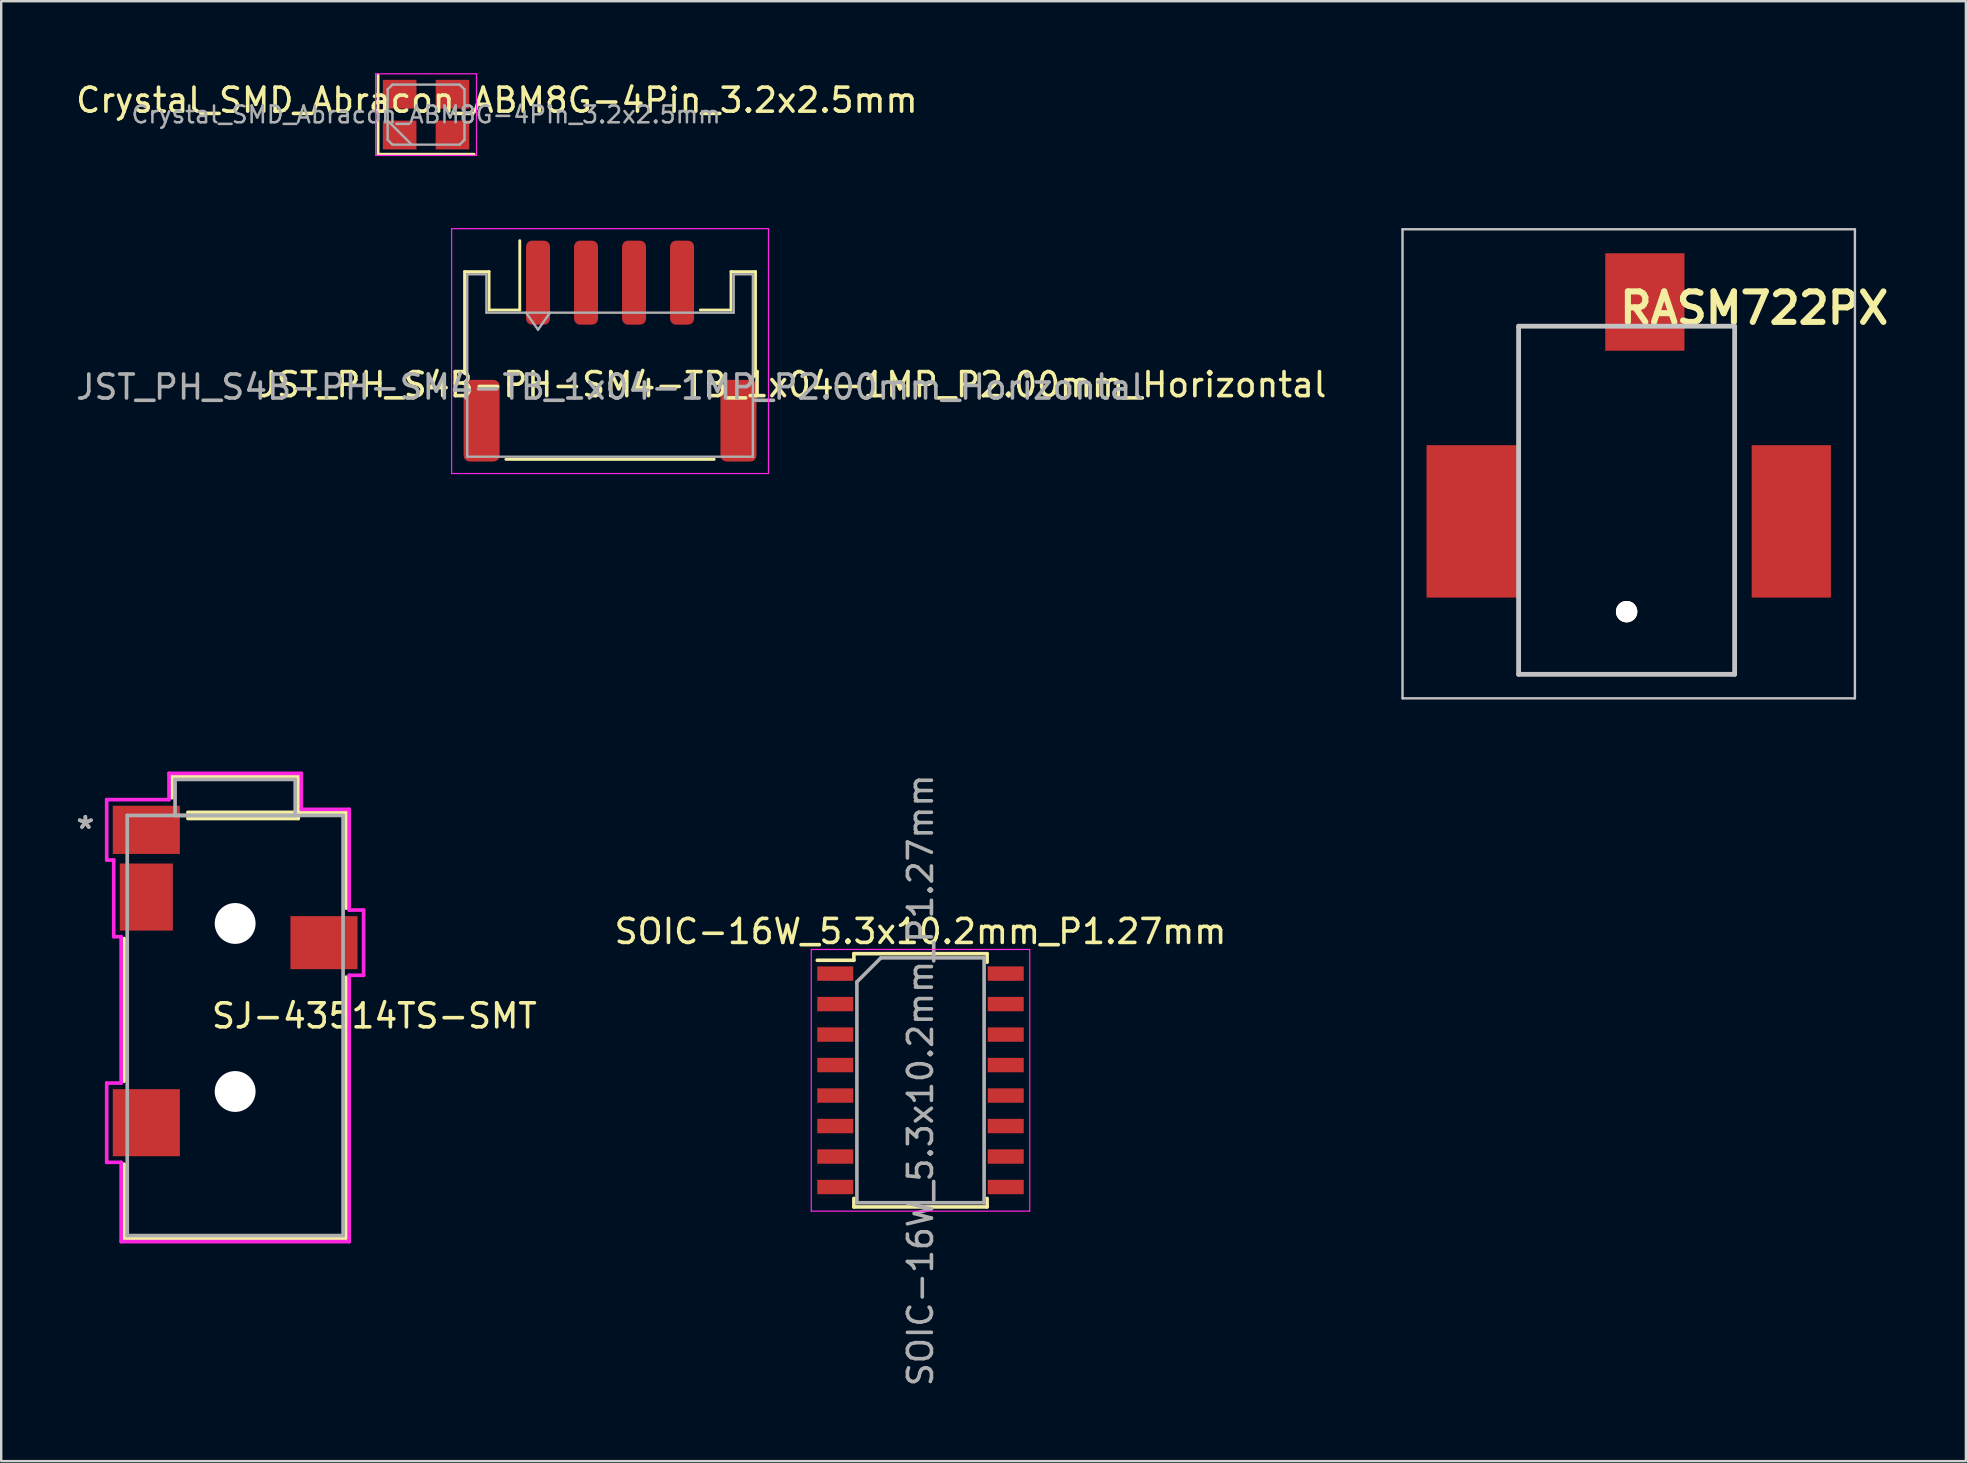
<source format=kicad_pcb>
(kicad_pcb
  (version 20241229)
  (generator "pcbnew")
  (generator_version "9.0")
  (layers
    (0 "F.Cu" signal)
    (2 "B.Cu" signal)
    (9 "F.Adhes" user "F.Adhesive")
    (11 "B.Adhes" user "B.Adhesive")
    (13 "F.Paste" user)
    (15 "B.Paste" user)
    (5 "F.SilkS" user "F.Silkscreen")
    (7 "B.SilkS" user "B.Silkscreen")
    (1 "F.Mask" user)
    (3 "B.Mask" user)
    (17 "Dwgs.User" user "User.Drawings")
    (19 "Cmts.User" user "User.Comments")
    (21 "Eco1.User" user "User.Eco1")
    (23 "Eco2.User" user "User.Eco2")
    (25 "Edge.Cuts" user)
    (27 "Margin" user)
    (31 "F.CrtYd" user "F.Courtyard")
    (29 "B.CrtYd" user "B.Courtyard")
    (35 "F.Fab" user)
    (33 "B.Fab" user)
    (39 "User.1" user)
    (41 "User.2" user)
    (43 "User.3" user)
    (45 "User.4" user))
  (footprint "SJ-43514TS-SMT"
    (layer "F.Cu")
    (at 6.746 39.669)
    (property "Reference" "SJ-43514TS-SMT" (at 5.8 -0.4 0) (layer "F.SilkS") (effects (font (size 1 1) (thickness 0.15))))
    (attr through_hole)
    (fp_line (start -4.623 -3.621) (end -4.623 2.32) (stroke (width 0.152) (type solid)) (layer "F.SilkS"))
    (fp_line (start -4.623 5.779) (end -4.623 8.877) (stroke (width 0.152) (type solid)) (layer "F.SilkS"))
    (fp_line (start -4.623 8.877) (end 4.572 8.877) (stroke (width 0.152) (type solid)) (layer "F.SilkS"))
    (fp_line (start -2.629 -10.376) (end -2.629 -9.486) (stroke (width 0.152) (type solid)) (layer "F.SilkS"))
    (fp_line (start -1.97 -8.623) (end 2.629 -8.623) (stroke (width 0.152) (type solid)) (layer "F.SilkS"))
    (fp_line (start 2.629 -10.376) (end -2.629 -10.376) (stroke (width 0.152) (type solid)) (layer "F.SilkS"))
    (fp_line (start 2.629 -8.623) (end 2.629 -10.376) (stroke (width 0.152) (type solid)) (layer "F.SilkS"))
    (fp_line (start 4.623 -8.877) (end -1.97 -8.877) (stroke (width 0.152) (type solid)) (layer "F.SilkS"))
    (fp_line (start 4.623 -4.888) (end 4.623 -8.877) (stroke (width 0.152) (type solid)) (layer "F.SilkS"))
    (fp_line (start 4.623 8.877) (end 4.623 -2.013) (stroke (width 0.152) (type solid)) (layer "F.SilkS"))
    (fp_line (start -5.351 -9.408) (end -5.351 -6.893) (stroke (width 0.152) (type solid)) (layer "F.CrtYd"))
    (fp_line (start -5.351 -6.893) (end -5.059 -6.893) (stroke (width 0.152) (type solid)) (layer "F.CrtYd"))
    (fp_line (start -5.351 2.399) (end -5.351 5.701) (stroke (width 0.152) (type solid)) (layer "F.CrtYd"))
    (fp_line (start -5.351 5.701) (end -4.75 5.701) (stroke (width 0.152) (type solid)) (layer "F.CrtYd"))
    (fp_line (start -5.059 -6.893) (end -5.059 -3.699) (stroke (width 0.152) (type solid)) (layer "F.CrtYd"))
    (fp_line (start -5.059 -3.699) (end -4.75 -3.699) (stroke (width 0.152) (type solid)) (layer "F.CrtYd"))
    (fp_line (start -4.75 -3.699) (end -4.75 2.399) (stroke (width 0.152) (type solid)) (layer "F.CrtYd"))
    (fp_line (start -4.75 2.399) (end -5.351 2.399) (stroke (width 0.152) (type solid)) (layer "F.CrtYd"))
    (fp_line (start -4.75 5.701) (end -4.75 9.004) (stroke (width 0.152) (type solid)) (layer "F.CrtYd"))
    (fp_line (start -4.75 9.004) (end 4.75 9.004) (stroke (width 0.152) (type solid)) (layer "F.CrtYd"))
    (fp_line (start -2.756 -10.503) (end -2.756 -9.408) (stroke (width 0.152) (type solid)) (layer "F.CrtYd"))
    (fp_line (start -2.756 -9.408) (end -5.351 -9.408) (stroke (width 0.152) (type solid)) (layer "F.CrtYd"))
    (fp_line (start 2.756 -10.503) (end -2.756 -10.503) (stroke (width 0.152) (type solid)) (layer "F.CrtYd"))
    (fp_line (start 2.756 -9.004) (end 2.756 -10.503) (stroke (width 0.152) (type solid)) (layer "F.CrtYd"))
    (fp_line (start 4.75 -9.004) (end 2.756 -9.004) (stroke (width 0.152) (type solid)) (layer "F.CrtYd"))
    (fp_line (start 4.75 -4.809) (end 4.75 -9.004) (stroke (width 0.152) (type solid)) (layer "F.CrtYd"))
    (fp_line (start 4.75 -2.091) (end 5.351 -2.091) (stroke (width 0.152) (type solid)) (layer "F.CrtYd"))
    (fp_line (start 4.75 9.004) (end 4.75 -2.091) (stroke (width 0.152) (type solid)) (layer "F.CrtYd"))
    (fp_line (start 5.351 -4.809) (end 4.75 -4.809) (stroke (width 0.152) (type solid)) (layer "F.CrtYd"))
    (fp_line (start 5.351 -2.091) (end 5.351 -4.809) (stroke (width 0.152) (type solid)) (layer "F.CrtYd"))
    (fp_line (start -4.496 -8.75) (end -4.496 8.75) (stroke (width 0.152) (type solid)) (layer "F.Fab"))
    (fp_line (start -4.496 8.75) (end 4.496 8.75) (stroke (width 0.152) (type solid)) (layer "F.Fab"))
    (fp_line (start -2.502 -10.249) (end -2.502 -8.75) (stroke (width 0.152) (type solid)) (layer "F.Fab"))
    (fp_line (start -2.502 -8.75) (end 2.502 -8.75) (stroke (width 0.152) (type solid)) (layer "F.Fab"))
    (fp_line (start 2.502 -10.249) (end -2.502 -10.249) (stroke (width 0.152) (type solid)) (layer "F.Fab"))
    (fp_line (start 2.502 -8.75) (end 2.502 -10.249) (stroke (width 0.152) (type solid)) (layer "F.Fab"))
    (fp_line (start 4.496 -8.75) (end -4.496 -8.75) (stroke (width 0.152) (type solid)) (layer "F.Fab"))
    (fp_line (start 4.496 8.75) (end 4.496 -8.75) (stroke (width 0.152) (type solid)) (layer "F.Fab"))
    (fp_text user "Copyright 2016 Accelerated Designs. All rights reserved." (at 0 0 0) (layer "Cmts.User") (effects (font (size 0.127 0.127) (thickness 0.002))))
    (fp_text user "*" (at -6.24 -8.15 0) (layer "F.Fab") (effects (font (size 1 1) (thickness 0.15))))
    (fp_text user "*" (at -6.24 -8.15 0) (layer "F.Fab") (effects (font (size 1 1) (thickness 0.15))))
    (pad "" np_thru_hole circle (at 0 -4.25) (size 1.702 1.702) (drill 1.702) (layers "*.Cu" "*.Mask"))
    (pad "" np_thru_hole circle (at 0 2.75) (size 1.702 1.702) (drill 1.702) (layers "*.Cu" "*.Mask"))
    (pad "1" smd rect (at -3.7 -8.15) (size 2.794 2.007) (layers "F.Cu" "F.Mask" "F.Paste"))
    (pad "2" smd rect (at -3.7 4.05) (size 2.794 2.794) (layers "F.Cu" "F.Mask" "F.Paste"))
    (pad "3" smd rect (at 3.7 -3.45) (size 2.794 2.21) (layers "F.Cu" "F.Mask" "F.Paste"))
    (pad "4" smd rect (at -3.7 -5.35) (size 2.21 2.794) (layers "F.Cu" "F.Mask" "F.Paste")))
  (footprint "JST_PH_S4B-PH-SM4-TB_1x04-1MP_P2.00mm_Horizontal"
    (layer "F.Cu")
    (at 22.363 11.575)
    (property "Reference" "JST_PH_S4B-PH-SM4-TB_1x04-1MP_P2.00mm_Horizontal" (at 7.6 1.4 180) (layer "F.SilkS") (effects (font (size 1 1) (thickness 0.15))))
    (attr smd)
    (fp_line (start -6.06 -3.31) (end -5.04 -3.31) (stroke (width 0.12) (type solid)) (layer "F.SilkS"))
    (fp_line (start -6.06 0.94) (end -6.06 -3.31) (stroke (width 0.12) (type solid)) (layer "F.SilkS"))
    (fp_line (start -5.04 -3.31) (end -5.04 -1.71) (stroke (width 0.12) (type solid)) (layer "F.SilkS"))
    (fp_line (start -5.04 -1.71) (end -3.76 -1.71) (stroke (width 0.12) (type solid)) (layer "F.SilkS"))
    (fp_line (start -4.34 4.51) (end 4.34 4.51) (stroke (width 0.12) (type solid)) (layer "F.SilkS"))
    (fp_line (start -3.76 -1.71) (end -3.76 -4.6) (stroke (width 0.12) (type solid)) (layer "F.SilkS"))
    (fp_line (start 5.04 -3.31) (end 5.04 -1.71) (stroke (width 0.12) (type solid)) (layer "F.SilkS"))
    (fp_line (start 5.04 -1.71) (end 3.76 -1.71) (stroke (width 0.12) (type solid)) (layer "F.SilkS"))
    (fp_line (start 6.06 -3.31) (end 5.04 -3.31) (stroke (width 0.12) (type solid)) (layer "F.SilkS"))
    (fp_line (start 6.06 0.94) (end 6.06 -3.31) (stroke (width 0.12) (type solid)) (layer "F.SilkS"))
    (fp_line (start -6.6 -5.1) (end -6.6 5.1) (stroke (width 0.05) (type solid)) (layer "F.CrtYd"))
    (fp_line (start -6.6 5.1) (end 6.6 5.1) (stroke (width 0.05) (type solid)) (layer "F.CrtYd"))
    (fp_line (start 6.6 -5.1) (end -6.6 -5.1) (stroke (width 0.05) (type solid)) (layer "F.CrtYd"))
    (fp_line (start 6.6 5.1) (end 6.6 -5.1) (stroke (width 0.05) (type solid)) (layer "F.CrtYd"))
    (fp_line (start -5.95 -3.2) (end -5.95 4.4) (stroke (width 0.1) (type solid)) (layer "F.Fab"))
    (fp_line (start -5.95 -3.2) (end -5.15 -3.2) (stroke (width 0.1) (type solid)) (layer "F.Fab"))
    (fp_line (start -5.95 4.4) (end 5.95 4.4) (stroke (width 0.1) (type solid)) (layer "F.Fab"))
    (fp_line (start -5.15 -3.2) (end -5.15 -1.6) (stroke (width 0.1) (type solid)) (layer "F.Fab"))
    (fp_line (start -5.15 -1.6) (end 5.15 -1.6) (stroke (width 0.1) (type solid)) (layer "F.Fab"))
    (fp_line (start -3.5 -1.6) (end -3 -0.893) (stroke (width 0.1) (type solid)) (layer "F.Fab"))
    (fp_line (start -3 -0.893) (end -2.5 -1.6) (stroke (width 0.1) (type solid)) (layer "F.Fab"))
    (fp_line (start 5.15 -3.2) (end 5.95 -3.2) (stroke (width 0.1) (type solid)) (layer "F.Fab"))
    (fp_line (start 5.15 -1.6) (end 5.15 -3.2) (stroke (width 0.1) (type solid)) (layer "F.Fab"))
    (fp_line (start 5.95 -3.2) (end 5.95 4.4) (stroke (width 0.1) (type solid)) (layer "F.Fab"))
    (fp_text user "${REFERENCE}" (at 0 1.5 180) (layer "F.Fab") (effects (font (size 1 1) (thickness 0.15))))
    (pad "" smd roundrect (at -5.35 2.9) (size 1.5 3.4) (layers "F.Cu" "F.Mask" "F.Paste") (roundrect_rratio 0.167))
    (pad "" smd roundrect (at 5.35 2.9) (size 1.5 3.4) (layers "F.Cu" "F.Mask" "F.Paste") (roundrect_rratio 0.167))
    (pad "1" smd roundrect (at -3 -2.85) (size 1 3.5) (layers "F.Cu" "F.Mask" "F.Paste") (roundrect_rratio 0.25))
    (pad "2" smd roundrect (at -1 -2.85) (size 1 3.5) (layers "F.Cu" "F.Mask" "F.Paste") (roundrect_rratio 0.25))
    (pad "3" smd roundrect (at 1 -2.85) (size 1 3.5) (layers "F.Cu" "F.Mask" "F.Paste") (roundrect_rratio 0.25))
    (pad "4" smd roundrect (at 3 -2.85) (size 1 3.5) (layers "F.Cu" "F.Mask" "F.Paste") (roundrect_rratio 0.25)))
  (footprint "SOIC-16W_5.3x10.2mm_P1.27mm"
    (layer "F.Cu")
    (at 35.296 41.953)
    (property "Reference" "SOIC-16W_5.3x10.2mm_P1.27mm" (at 0 -6.2 180) (layer "F.SilkS") (effects (font (size 1 1) (thickness 0.15))))
    (attr smd)
    (fp_line (start -2.775 -5.275) (end -2.775 -5) (stroke (width 0.15) (type solid)) (layer "F.SilkS"))
    (fp_line (start -2.775 -5.275) (end 2.775 -5.275) (stroke (width 0.15) (type solid)) (layer "F.SilkS"))
    (fp_line (start -2.775 -5) (end -4.3 -5) (stroke (width 0.15) (type solid)) (layer "F.SilkS"))
    (fp_line (start -2.775 5.275) (end -2.775 4.92) (stroke (width 0.15) (type solid)) (layer "F.SilkS"))
    (fp_line (start -2.775 5.275) (end 2.775 5.275) (stroke (width 0.15) (type solid)) (layer "F.SilkS"))
    (fp_line (start 2.775 -5.275) (end 2.775 -4.92) (stroke (width 0.15) (type solid)) (layer "F.SilkS"))
    (fp_line (start 2.775 5.275) (end 2.775 4.92) (stroke (width 0.15) (type solid)) (layer "F.SilkS"))
    (fp_line (start -4.55 -5.45) (end -4.55 5.45) (stroke (width 0.05) (type solid)) (layer "F.CrtYd"))
    (fp_line (start -4.55 -5.45) (end 4.55 -5.45) (stroke (width 0.05) (type solid)) (layer "F.CrtYd"))
    (fp_line (start -4.55 5.45) (end 4.55 5.45) (stroke (width 0.05) (type solid)) (layer "F.CrtYd"))
    (fp_line (start 4.55 -5.45) (end 4.55 5.45) (stroke (width 0.05) (type solid)) (layer "F.CrtYd"))
    (fp_line (start -2.65 -4.1) (end -1.65 -5.1) (stroke (width 0.15) (type solid)) (layer "F.Fab"))
    (fp_line (start -2.65 5.1) (end -2.65 -4.1) (stroke (width 0.15) (type solid)) (layer "F.Fab"))
    (fp_line (start -1.65 -5.1) (end 2.65 -5.1) (stroke (width 0.15) (type solid)) (layer "F.Fab"))
    (fp_line (start 2.65 -5.1) (end 2.65 5.1) (stroke (width 0.15) (type solid)) (layer "F.Fab"))
    (fp_line (start 2.65 5.1) (end -2.65 5.1) (stroke (width 0.15) (type solid)) (layer "F.Fab"))
    (fp_text user "${REFERENCE}" (at 0 0 90) (layer "F.Fab") (effects (font (size 1 1) (thickness 0.15))))
    (pad "1" smd rect (at -3.55 -4.445) (size 1.5 0.6) (layers "F.Cu" "F.Mask" "F.Paste"))
    (pad "2" smd rect (at -3.55 -3.175) (size 1.5 0.6) (layers "F.Cu" "F.Mask" "F.Paste"))
    (pad "3" smd rect (at -3.55 -1.905) (size 1.5 0.6) (layers "F.Cu" "F.Mask" "F.Paste"))
    (pad "4" smd rect (at -3.55 -0.635) (size 1.5 0.6) (layers "F.Cu" "F.Mask" "F.Paste"))
    (pad "5" smd rect (at -3.55 0.635) (size 1.5 0.6) (layers "F.Cu" "F.Mask" "F.Paste"))
    (pad "6" smd rect (at -3.55 1.905) (size 1.5 0.6) (layers "F.Cu" "F.Mask" "F.Paste"))
    (pad "7" smd rect (at -3.55 3.175) (size 1.5 0.6) (layers "F.Cu" "F.Mask" "F.Paste"))
    (pad "8" smd rect (at -3.55 4.445) (size 1.5 0.6) (layers "F.Cu" "F.Mask" "F.Paste"))
    (pad "9" smd rect (at 3.55 4.445) (size 1.5 0.6) (layers "F.Cu" "F.Mask" "F.Paste"))
    (pad "10" smd rect (at 3.55 3.175) (size 1.5 0.6) (layers "F.Cu" "F.Mask" "F.Paste"))
    (pad "11" smd rect (at 3.55 1.905) (size 1.5 0.6) (layers "F.Cu" "F.Mask" "F.Paste"))
    (pad "12" smd rect (at 3.55 0.635) (size 1.5 0.6) (layers "F.Cu" "F.Mask" "F.Paste"))
    (pad "13" smd rect (at 3.55 -0.635) (size 1.5 0.6) (layers "F.Cu" "F.Mask" "F.Paste"))
    (pad "14" smd rect (at 3.55 -1.905) (size 1.5 0.6) (layers "F.Cu" "F.Mask" "F.Paste"))
    (pad "15" smd rect (at 3.55 -3.175) (size 1.5 0.6) (layers "F.Cu" "F.Mask" "F.Paste"))
    (pad "16" smd rect (at 3.55 -4.445) (size 1.5 0.6) (layers "F.Cu" "F.Mask" "F.Paste")))
  (footprint "Crystal_SMD_Abracon_ABM8G-4Pin_3.2x2.5mm"
    (layer "F.Cu")
    (at 14.699 1.725)
    (property "Reference" "Crystal_SMD_Abracon_ABM8G-4Pin_3.2x2.5mm" (at 2.95 -0.6 180) (layer "F.SilkS") (effects (font (size 1 1) (thickness 0.15))))
    (attr smd)
    (fp_line (start -2 -1.65) (end -2 1.65) (stroke (width 0.12) (type solid)) (layer "F.SilkS"))
    (fp_line (start -2 1.65) (end 2 1.65) (stroke (width 0.12) (type solid)) (layer "F.SilkS"))
    (fp_line (start -2.1 -1.7) (end -2.1 1.7) (stroke (width 0.05) (type solid)) (layer "F.CrtYd"))
    (fp_line (start -2.1 1.7) (end 2.1 1.7) (stroke (width 0.05) (type solid)) (layer "F.CrtYd"))
    (fp_line (start 2.1 -1.7) (end -2.1 -1.7) (stroke (width 0.05) (type solid)) (layer "F.CrtYd"))
    (fp_line (start 2.1 1.7) (end 2.1 -1.7) (stroke (width 0.05) (type solid)) (layer "F.CrtYd"))
    (fp_line (start -1.6 -1.05) (end -1.4 -1.25) (stroke (width 0.1) (type solid)) (layer "F.Fab"))
    (fp_line (start -1.6 0.25) (end -0.6 1.25) (stroke (width 0.1) (type solid)) (layer "F.Fab"))
    (fp_line (start -1.6 1.05) (end -1.6 -1.05) (stroke (width 0.1) (type solid)) (layer "F.Fab"))
    (fp_line (start -1.4 -1.25) (end 1.4 -1.25) (stroke (width 0.1) (type solid)) (layer "F.Fab"))
    (fp_line (start -1.4 1.25) (end -1.6 1.05) (stroke (width 0.1) (type solid)) (layer "F.Fab"))
    (fp_line (start 1.4 -1.25) (end 1.6 -1.05) (stroke (width 0.1) (type solid)) (layer "F.Fab"))
    (fp_line (start 1.4 1.25) (end -1.4 1.25) (stroke (width 0.1) (type solid)) (layer "F.Fab"))
    (fp_line (start 1.6 -1.05) (end 1.6 1.05) (stroke (width 0.1) (type solid)) (layer "F.Fab"))
    (fp_line (start 1.6 1.05) (end 1.4 1.25) (stroke (width 0.1) (type solid)) (layer "F.Fab"))
    (fp_text user "${REFERENCE}" (at 0 0 180) (layer "F.Fab") (effects (font (size 0.7 0.7) (thickness 0.105))))
    (pad "1" smd rect (at -1.1 0.85) (size 1.4 1.2) (layers "F.Cu" "F.Mask" "F.Paste"))
    (pad "2" smd rect (at 1.1 0.85) (size 1.4 1.2) (layers "F.Cu" "F.Mask" "F.Paste"))
    (pad "3" smd rect (at 1.1 -0.85) (size 1.4 1.2) (layers "F.Cu" "F.Mask" "F.Paste"))
    (pad "4" smd rect (at -1.1 -0.85) (size 1.4 1.2) (layers "F.Cu" "F.Mask" "F.Paste")))
  (footprint "RASM722PX"
    (layer "F.Cu")
    (at 64.926 17.285)
    (property "Reference" "RASM722PX" (at 5.1 -7.5 0) (layer "F.SilkS") (effects (font (size 1.27 1.27) (thickness 0.254))))
    (attr through_hole)
    (fp_line (start -4.715 -6.745) (end -1.455 -6.745) (stroke (width 0.1) (type solid)) (layer "F.SilkS"))
    (fp_line (start -4.715 -2.245) (end -4.715 -6.745) (stroke (width 0.1) (type solid)) (layer "F.SilkS"))
    (fp_line (start -4.715 7.755) (end -4.715 5.755) (stroke (width 0.1) (type solid)) (layer "F.SilkS"))
    (fp_line (start 2.545 -6.745) (end 4.285 -6.745) (stroke (width 0.1) (type solid)) (layer "F.SilkS"))
    (fp_line (start 4.285 -6.745) (end 4.285 7.755) (stroke (width 0.1) (type solid)) (layer "F.SilkS"))
    (fp_line (start 4.285 7.755) (end -4.715 7.755) (stroke (width 0.1) (type solid)) (layer "F.SilkS"))
    (fp_line (start -9.55 -10.785) (end 9.295 -10.785) (stroke (width 0.1) (type solid)) (layer "Dwgs.User"))
    (fp_line (start -9.55 8.755) (end -9.55 -10.785) (stroke (width 0.1) (type solid)) (layer "Dwgs.User"))
    (fp_line (start -4.715 -6.745) (end 4.285 -6.745) (stroke (width 0.2) (type solid)) (layer "Dwgs.User"))
    (fp_line (start -4.715 7.755) (end -4.715 -6.745) (stroke (width 0.2) (type solid)) (layer "Dwgs.User"))
    (fp_line (start 4.285 -6.745) (end 4.285 7.755) (stroke (width 0.2) (type solid)) (layer "Dwgs.User"))
    (fp_line (start 4.285 7.755) (end -4.715 7.755) (stroke (width 0.2) (type solid)) (layer "Dwgs.User"))
    (fp_line (start 9.295 -10.785) (end 9.295 8.755) (stroke (width 0.1) (type solid)) (layer "Dwgs.User"))
    (fp_line (start 9.295 8.755) (end -9.55 8.755) (stroke (width 0.1) (type solid)) (layer "Dwgs.User"))
    (pad "1" smd rect (at -6.645 1.385) (size 3.81 6.35) (layers "F.Cu" "F.Mask" "F.Paste"))
    (pad "2" smd rect (at 6.645 1.385) (size 3.3 6.35) (layers "F.Cu" "F.Mask" "F.Paste"))
    (pad "3" smd rect (at 0.545 -7.755) (size 3.3 4.06) (layers "F.Cu" "F.Mask" "F.Paste"))
    (pad "LP1" thru_hole circle (at -0.215 5.145 90) (size 0.89 0.89) (drill 1.78) (layers "*.Cu" "*.Mask" "F.SilkS")))
  (gr_rect
    (start -3 -3)
    (end 78.844 57.816)
    (stroke (width 0.1) (type default))
    (fill no)
    (layer "Edge.Cuts")))
</source>
